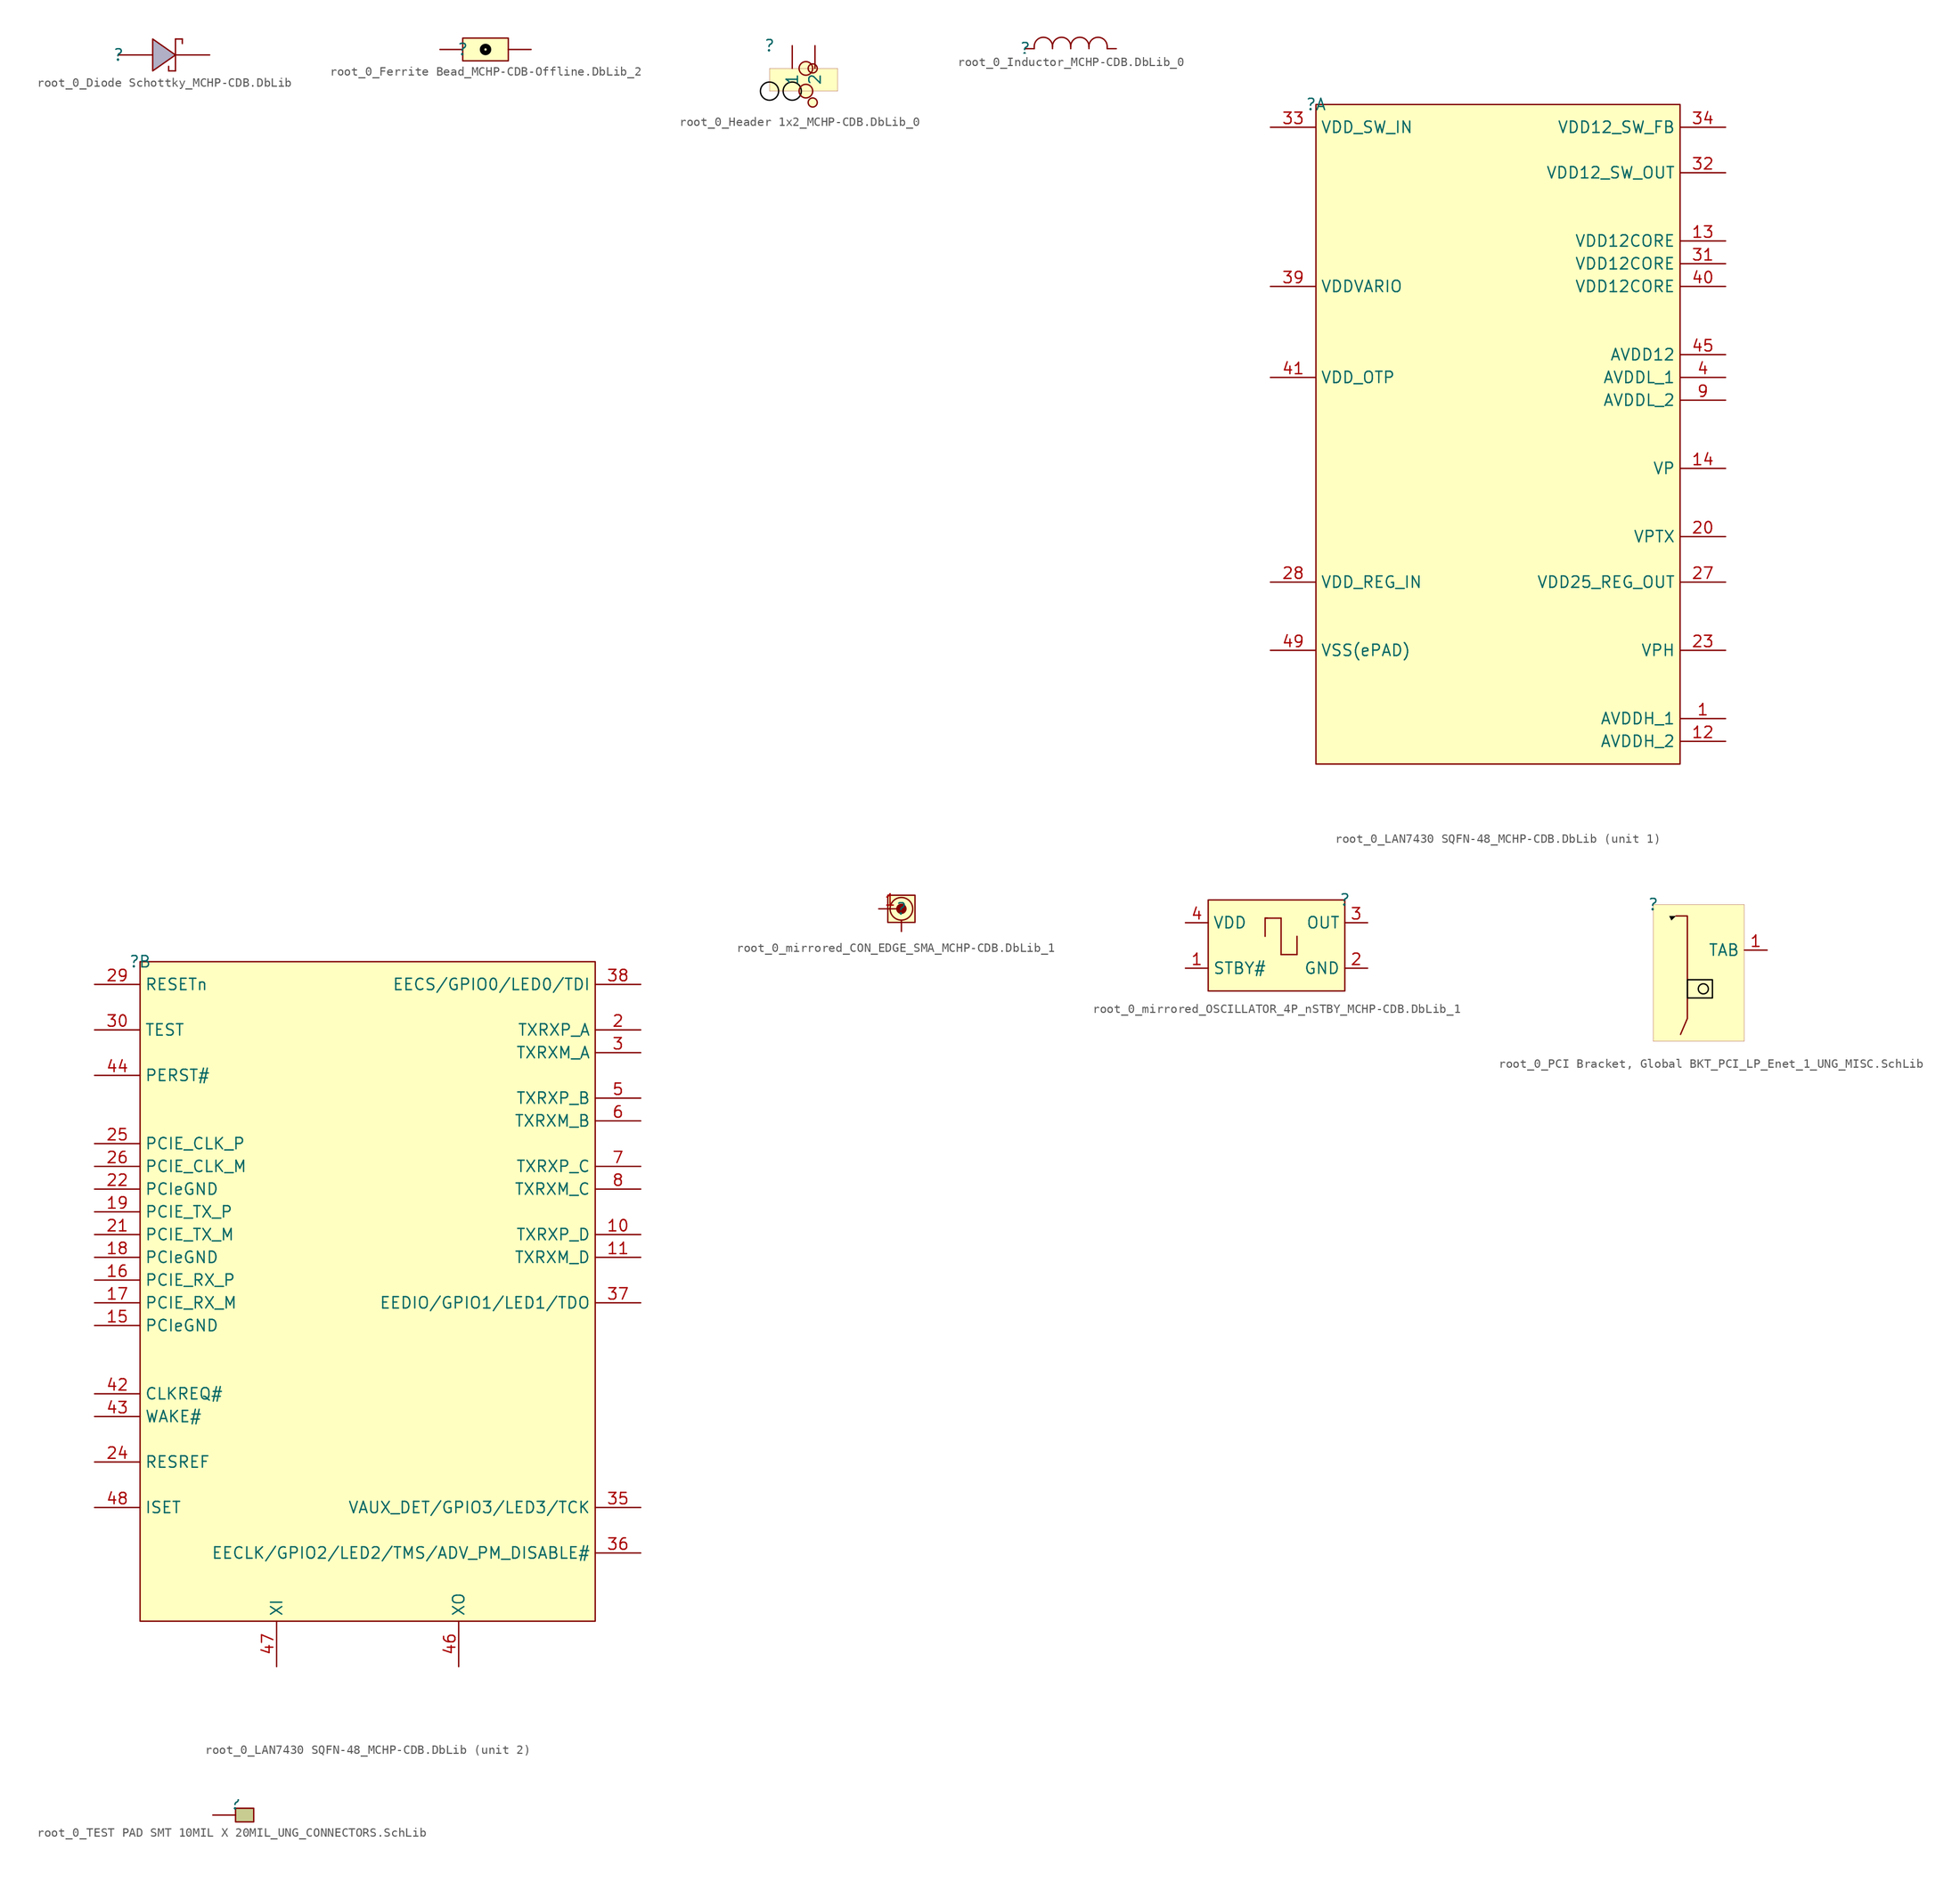
<source format=kicad_sym>
(kicad_symbol_lib
  (version 20241209)
  (generator "kicad_symbol_editor")
  (generator_version "9.0")
  (symbol "root_0_Diode Schottky_MCHP-CDB.DbLib"
    (pin_numbers
      (hide yes))
    (pin_names
      (hide yes))
    (property "Reference" ""
      (at 0 0 0)
      (effects (font (size 1.27 1.27))))
    (property "Value" ""
      (at 0 0 0)
      (effects (font (size 1.27 1.27))))
    (symbol "root_0_Diode Schottky_MCHP-CDB.DbLib_1_0"
      (polyline (pts (xy 5.588 -1.27) (xy 5.588 -1.778)) (stroke (width 0) (type solid)) (fill (type none)))
      (polyline (pts (xy 5.588 -1.778) (xy 6.35 -1.778)) (stroke (width 0) (type solid)) (fill (type none)))
      (polyline (pts (xy 6.35 1.778) (xy 6.35 -1.778)) (stroke (width 0) (type solid)) (fill (type none)))
      (polyline (pts (xy 6.35 0) (xy 3.81 -1.778) (xy 3.81 1.778) (xy 6.35 0) (xy 6.35 0)) (stroke (width 0) (type solid)) (fill (type color) (color 176 175 197 1)))
      (polyline (pts (xy 7.112 1.778) (xy 6.35 1.778)) (stroke (width 0) (type solid)) (fill (type none)))
      (polyline (pts (xy 7.112 1.778) (xy 7.112 1.27)) (stroke (width 0) (type solid)) (fill (type none)))
      (pin passive line (at 0 0 0) (length 3.81) (name "A" (effects (font (size 1.27 1.27)))) (number "1" (effects (font (size 1.27 1.27)))))
      (pin passive line (at 10.16 0 180) (length 3.81) (name "K" (effects (font (size 1.27 1.27)))) (number "2" (effects (font (size 1.27 1.27)))))))
  (symbol "root_0_Ferrite Bead_MCHP-CDB-Offline.DbLib_2"
    (pin_numbers
      (hide yes))
    (pin_names
      (hide yes))
    (property "Reference" ""
      (at 0 0 0)
      (effects (font (size 1.27 1.27))))
    (property "Value" ""
      (at 0 0 0)
      (effects (font (size 1.27 1.27))))
    (symbol "root_0_Ferrite Bead_MCHP-CDB-Offline.DbLib_2_1_0"
      (circle (center 2.54 0) (radius 0.386) (stroke (width 0.508) (type solid) (color 0 0 0 1)) (fill (type none)))
      (rectangle (start 5.08 1.27) (end 0 -1.27) (stroke (width 0) (type solid) (color 128 0 0 1)) (fill (type background)))
      (pin passive line (at -2.54 0 0) (length 2.54) (name "1" (effects (font (size 1.27 1.27)))) (number "1" (effects (font (size 1.27 1.27)))))
      (pin passive line (at 7.62 0 180) (length 2.54) (name "2" (effects (font (size 1.27 1.27)))) (number "2" (effects (font (size 1.27 1.27)))))))
  (symbol "root_0_Header 1x2_MCHP-CDB.DbLib_0"
    (pin_numbers
      (hide yes))
    (property "Reference" ""
      (at 0 0 0)
      (effects (font (size 1.27 1.27))))
    (property "Value" ""
      (at 0 0 0)
      (effects (font (size 1.27 1.27))))
    (symbol "root_0_Header 1x2_MCHP-CDB.DbLib_0_1_0"
      (circle (center 0 -5.08) (radius 1.016) (stroke (width 0) (type solid) (color 0 0 0 1)) (fill (type none)))
      (circle (center 2.54 -5.08) (radius 1.016) (stroke (width 0) (type solid) (color 0 0 0 1)) (fill (type none)))
      (circle (center 4.064 -2.54) (radius 0.762) (stroke (width 0) (type solid)) (fill (type background)))
      (circle (center 4.064 -5.08) (radius 0.762) (stroke (width 0) (type solid)) (fill (type background)))
      (circle (center 4.826 -2.54) (radius 0.508) (stroke (width 0) (type solid) (color 128 0 0 1)) (fill (type background)))
      (circle (center 4.826 -6.35) (radius 0.508) (stroke (width 0) (type solid) (color 128 0 0 1)) (fill (type background)))
      (rectangle (start 7.62 -2.54) (end 0 -5.08) (stroke (width 0.025) (type solid) (color 128 0 0 1)) (fill (type background)))
      (pin passive line (at 2.54 0 270) (length 2.54) (name "1" (effects (font (size 1.27 1.27)))) (number "1" (effects (font (size 1.27 1.27)))))
      (pin passive line (at 5.08 0 270) (length 2.54) (name "2" (effects (font (size 1.27 1.27)))) (number "2" (effects (font (size 1.27 1.27)))))))
  (symbol "root_0_Inductor_MCHP-CDB.DbLib_0"
    (pin_numbers
      (hide yes))
    (pin_names
      (hide yes))
    (property "Reference" ""
      (at 0 0 0)
      (effects (font (size 1.27 1.27))))
    (property "Value" ""
      (at 0 0 0)
      (effects (font (size 1.27 1.27))))
    (symbol "root_0_Inductor_MCHP-CDB.DbLib_0_1_0"
      (polyline (pts (xy 1.016 0) (xy 1.016 0.254)) (stroke (width 0) (type solid)) (fill (type none)))
      (arc (start 1.016 0.254) (mid 2.032 1.27) (end 3.048 0.254) (stroke (width 0) (type solid)) (fill (type none)))
      (polyline (pts (xy 3.048 0) (xy 3.048 0.254)) (stroke (width 0) (type solid)) (fill (type none)))
      (arc (start 3.048 0.254) (mid 4.064 1.27) (end 5.08 0.254) (stroke (width 0) (type solid)) (fill (type none)))
      (polyline (pts (xy 5.08 0) (xy 5.08 0.254)) (stroke (width 0) (type solid)) (fill (type none)))
      (arc (start 5.08 0.254) (mid 6.096 1.27) (end 7.112 0.254) (stroke (width 0) (type solid)) (fill (type none)))
      (polyline (pts (xy 7.112 0) (xy 7.112 0.254)) (stroke (width 0) (type solid)) (fill (type none)))
      (arc (start 7.112 0.254) (mid 8.128 1.27) (end 9.144 0.254) (stroke (width 0) (type solid)) (fill (type none)))
      (polyline (pts (xy 9.144 0) (xy 9.144 0.254)) (stroke (width 0) (type solid)) (fill (type none)))
      (pin passive line (at 0 0 0) (length 1.016) (name "S" (effects (font (size 1.27 1.27)))) (number "1" (effects (font (size 1.27 1.27)))))
      (pin passive line (at 10.16 0 180) (length 1.016) (name "F" (effects (font (size 1.27 1.27)))) (number "2" (effects (font (size 1.27 1.27)))))))
  (symbol "root_0_LAN7430 SQFN-48_MCHP-CDB.DbLib"
    (property "Reference" ""
      (at 0 0 0)
      (effects (font (size 1.27 1.27))))
    (property "Value" ""
      (at 0 0 0)
      (effects (font (size 1.27 1.27))))
    (symbol "root_0_LAN7430 SQFN-48_MCHP-CDB.DbLib_1_0"
      (rectangle (start 40.64 0) (end 0 -73.66) (stroke (width 0) (type solid) (color 128 0 0 1)) (fill (type background)))
      (pin power_in line (at -5.08 -2.54 0) (length 5.08) (name "VDD_SW_IN" (effects (font (size 1.27 1.27)))) (number "33" (effects (font (size 1.27 1.27)))))
      (pin power_in line (at -5.08 -20.32 0) (length 5.08) (name "VDDVARIO" (effects (font (size 1.27 1.27)))) (number "39" (effects (font (size 1.27 1.27)))))
      (pin power_in line (at -5.08 -30.48 0) (length 5.08) (name "VDD_OTP" (effects (font (size 1.27 1.27)))) (number "41" (effects (font (size 1.27 1.27)))))
      (pin power_in line (at -5.08 -53.34 0) (length 5.08) (name "VDD_REG_IN" (effects (font (size 1.27 1.27)))) (number "28" (effects (font (size 1.27 1.27)))))
      (pin passive line (at -5.08 -60.96 0) (length 5.08) (name "VSS(ePAD)" (effects (font (size 1.27 1.27)))) (number "49" (effects (font (size 1.27 1.27)))))
      (pin power_in line (at 45.72 -2.54 180) (length 5.08) (name "VDD12_SW_FB" (effects (font (size 1.27 1.27)))) (number "34" (effects (font (size 1.27 1.27)))))
      (pin power_in line (at 45.72 -7.62 180) (length 5.08) (name "VDD12_SW_OUT" (effects (font (size 1.27 1.27)))) (number "32" (effects (font (size 1.27 1.27)))))
      (pin power_in line (at 45.72 -15.24 180) (length 5.08) (name "VDD12CORE" (effects (font (size 1.27 1.27)))) (number "13" (effects (font (size 1.27 1.27)))))
      (pin power_in line (at 45.72 -17.78 180) (length 5.08) (name "VDD12CORE" (effects (font (size 1.27 1.27)))) (number "31" (effects (font (size 1.27 1.27)))))
      (pin power_in line (at 45.72 -20.32 180) (length 5.08) (name "VDD12CORE" (effects (font (size 1.27 1.27)))) (number "40" (effects (font (size 1.27 1.27)))))
      (pin power_in line (at 45.72 -27.94 180) (length 5.08) (name "AVDD12" (effects (font (size 1.27 1.27)))) (number "45" (effects (font (size 1.27 1.27)))))
      (pin power_in line (at 45.72 -30.48 180) (length 5.08) (name "AVDDL_1" (effects (font (size 1.27 1.27)))) (number "4" (effects (font (size 1.27 1.27)))))
      (pin power_in line (at 45.72 -33.02 180) (length 5.08) (name "AVDDL_2" (effects (font (size 1.27 1.27)))) (number "9" (effects (font (size 1.27 1.27)))))
      (pin power_in line (at 45.72 -40.64 180) (length 5.08) (name "VP" (effects (font (size 1.27 1.27)))) (number "14" (effects (font (size 1.27 1.27)))))
      (pin power_in line (at 45.72 -48.26 180) (length 5.08) (name "VPTX" (effects (font (size 1.27 1.27)))) (number "20" (effects (font (size 1.27 1.27)))))
      (pin power_in line (at 45.72 -53.34 180) (length 5.08) (name "VDD25_REG_OUT" (effects (font (size 1.27 1.27)))) (number "27" (effects (font (size 1.27 1.27)))))
      (pin power_in line (at 45.72 -60.96 180) (length 5.08) (name "VPH" (effects (font (size 1.27 1.27)))) (number "23" (effects (font (size 1.27 1.27)))))
      (pin power_in line (at 45.72 -68.58 180) (length 5.08) (name "AVDDH_1" (effects (font (size 1.27 1.27)))) (number "1" (effects (font (size 1.27 1.27)))))
      (pin power_in line (at 45.72 -71.12 180) (length 5.08) (name "AVDDH_2" (effects (font (size 1.27 1.27)))) (number "12" (effects (font (size 1.27 1.27))))))
    (symbol "root_0_LAN7430 SQFN-48_MCHP-CDB.DbLib_2_0"
      (rectangle (start 50.8 0) (end 0 -73.66) (stroke (width 0) (type solid) (color 128 0 0 1)) (fill (type background)))
      (pin input line (at -5.08 -2.54 0) (length 5.08) (name "RESETn" (effects (font (size 1.27 1.27)))) (number "29" (effects (font (size 1.27 1.27)))))
      (pin input line (at -5.08 -7.62 0) (length 5.08) (name "TEST" (effects (font (size 1.27 1.27)))) (number "30" (effects (font (size 1.27 1.27)))))
      (pin input line (at -5.08 -12.7 0) (length 5.08) (name "PERST#" (effects (font (size 1.27 1.27)))) (number "44" (effects (font (size 1.27 1.27)))))
      (pin input line (at -5.08 -20.32 0) (length 5.08) (name "PCIE_CLK_P" (effects (font (size 1.27 1.27)))) (number "25" (effects (font (size 1.27 1.27)))))
      (pin input line (at -5.08 -22.86 0) (length 5.08) (name "PCIE_CLK_M" (effects (font (size 1.27 1.27)))) (number "26" (effects (font (size 1.27 1.27)))))
      (pin power_in line (at -5.08 -25.4 0) (length 5.08) (name "PCIeGND" (effects (font (size 1.27 1.27)))) (number "22" (effects (font (size 1.27 1.27)))))
      (pin output line (at -5.08 -27.94 0) (length 5.08) (name "PCIE_TX_P" (effects (font (size 1.27 1.27)))) (number "19" (effects (font (size 1.27 1.27)))))
      (pin output line (at -5.08 -30.48 0) (length 5.08) (name "PCIE_TX_M" (effects (font (size 1.27 1.27)))) (number "21" (effects (font (size 1.27 1.27)))))
      (pin power_in line (at -5.08 -33.02 0) (length 5.08) (name "PCIeGND" (effects (font (size 1.27 1.27)))) (number "18" (effects (font (size 1.27 1.27)))))
      (pin input line (at -5.08 -35.56 0) (length 5.08) (name "PCIE_RX_P" (effects (font (size 1.27 1.27)))) (number "16" (effects (font (size 1.27 1.27)))))
      (pin input line (at -5.08 -38.1 0) (length 5.08) (name "PCIE_RX_M" (effects (font (size 1.27 1.27)))) (number "17" (effects (font (size 1.27 1.27)))))
      (pin power_in line (at -5.08 -40.64 0) (length 5.08) (name "PCIeGND" (effects (font (size 1.27 1.27)))) (number "15" (effects (font (size 1.27 1.27)))))
      (pin bidirectional line (at -5.08 -48.26 0) (length 5.08) (name "CLKREQ#" (effects (font (size 1.27 1.27)))) (number "42" (effects (font (size 1.27 1.27)))))
      (pin bidirectional line (at -5.08 -50.8 0) (length 5.08) (name "WAKE#" (effects (font (size 1.27 1.27)))) (number "43" (effects (font (size 1.27 1.27)))))
      (pin passive line (at -5.08 -55.88 0) (length 5.08) (name "RESREF" (effects (font (size 1.27 1.27)))) (number "24" (effects (font (size 1.27 1.27)))))
      (pin passive line (at -5.08 -60.96 0) (length 5.08) (name "ISET" (effects (font (size 1.27 1.27)))) (number "48" (effects (font (size 1.27 1.27)))))
      (pin passive line (at 15.24 -78.74 90) (length 5.08) (name "XI" (effects (font (size 1.27 1.27)))) (number "47" (effects (font (size 1.27 1.27)))))
      (pin passive line (at 35.56 -78.74 90) (length 5.08) (name "XO" (effects (font (size 1.27 1.27)))) (number "46" (effects (font (size 1.27 1.27)))))
      (pin bidirectional line (at 55.88 -2.54 180) (length 5.08) (name "EECS/GPIO0/LED0/TDI" (effects (font (size 1.27 1.27)))) (number "38" (effects (font (size 1.27 1.27)))))
      (pin bidirectional line (at 55.88 -7.62 180) (length 5.08) (name "TXRXP_A" (effects (font (size 1.27 1.27)))) (number "2" (effects (font (size 1.27 1.27)))))
      (pin bidirectional line (at 55.88 -10.16 180) (length 5.08) (name "TXRXM_A" (effects (font (size 1.27 1.27)))) (number "3" (effects (font (size 1.27 1.27)))))
      (pin bidirectional line (at 55.88 -15.24 180) (length 5.08) (name "TXRXP_B" (effects (font (size 1.27 1.27)))) (number "5" (effects (font (size 1.27 1.27)))))
      (pin bidirectional line (at 55.88 -17.78 180) (length 5.08) (name "TXRXM_B" (effects (font (size 1.27 1.27)))) (number "6" (effects (font (size 1.27 1.27)))))
      (pin bidirectional line (at 55.88 -22.86 180) (length 5.08) (name "TXRXP_C" (effects (font (size 1.27 1.27)))) (number "7" (effects (font (size 1.27 1.27)))))
      (pin bidirectional line (at 55.88 -25.4 180) (length 5.08) (name "TXRXM_C" (effects (font (size 1.27 1.27)))) (number "8" (effects (font (size 1.27 1.27)))))
      (pin bidirectional line (at 55.88 -30.48 180) (length 5.08) (name "TXRXP_D" (effects (font (size 1.27 1.27)))) (number "10" (effects (font (size 1.27 1.27)))))
      (pin bidirectional line (at 55.88 -33.02 180) (length 5.08) (name "TXRXM_D" (effects (font (size 1.27 1.27)))) (number "11" (effects (font (size 1.27 1.27)))))
      (pin bidirectional line (at 55.88 -38.1 180) (length 5.08) (name "EEDIO/GPIO1/LED1/TDO" (effects (font (size 1.27 1.27)))) (number "37" (effects (font (size 1.27 1.27)))))
      (pin passive line (at 55.88 -60.96 180) (length 5.08) (name "VAUX_DET/GPIO3/LED3/TCK" (effects (font (size 1.27 1.27)))) (number "35" (effects (font (size 1.27 1.27)))))
      (pin bidirectional line (at 55.88 -66.04 180) (length 5.08) (name "EECLK/GPIO2/LED2/TMS/ADV_PM_DISABLE#" (effects (font (size 1.27 1.27)))) (number "36" (effects (font (size 1.27 1.27)))))))
  (symbol "root_0_mirrored_CON_EDGE_SMA_MCHP-CDB.DbLib_1"
    (pin_names
      (hide yes))
    (property "Reference" ""
      (at 0 0 0)
      (effects (font (size 1.27 1.27))))
    (property "Value" ""
      (at 0 0 0)
      (effects (font (size 1.27 1.27))))
    (symbol "root_0_mirrored_CON_EDGE_SMA_MCHP-CDB.DbLib_1_1_0"
      (circle (center 0 0) (radius 0.098) (stroke (width 0) (type solid) (color 128 0 0 1)) (fill (type outline)))
      (circle (center 0 0) (radius 0.508) (stroke (width 0) (type solid)) (fill (type outline)))
      (circle (center 0 0) (radius 1.27) (stroke (width 0) (type solid) (color 128 0 0 1)) (fill (type none)))
      (rectangle (start 1.524 1.524) (end -1.524 -1.524) (stroke (width 0) (type solid) (color 128 0 0 1)) (fill (type background)))
      (pin passive line (at -2.54 0 0) (length 2.54) (name "1" (effects (font (size 1.27 1.27)))) (number "1" (effects (font (size 1.27 1.27)))))
      (pin passive line (at 0 -2.54 90) (length 1.27) (name "2" (effects (font (size 1.27 1.27)))) (number "2" (effects (font (size 0 0)))))))
  (symbol "root_0_mirrored_OSCILLATOR_4P_nSTBY_MCHP-CDB.DbLib_1"
    (property "Reference" ""
      (at 0 0 0)
      (effects (font (size 1.27 1.27))))
    (property "Value" ""
      (at 0 0 0)
      (effects (font (size 1.27 1.27))))
    (symbol "root_0_mirrored_OSCILLATOR_4P_nSTBY_MCHP-CDB.DbLib_1_1_0"
      (polyline (pts (xy -8.89 -2.032) (xy -8.89 -4.064)) (stroke (width 0) (type solid)) (fill (type none)))
      (polyline (pts (xy -8.89 -2.032) (xy -8.636 -2.032)) (stroke (width 0) (type solid)) (fill (type none)))
      (polyline (pts (xy -7.112 -2.032) (xy -8.89 -2.032)) (stroke (width 0) (type solid)) (fill (type none)))
      (polyline (pts (xy -7.112 -2.032) (xy -7.112 -6.096)) (stroke (width 0) (type solid)) (fill (type none)))
      (polyline (pts (xy -5.334 -6.096) (xy -7.112 -6.096)) (stroke (width 0) (type solid)) (fill (type none)))
      (polyline (pts (xy -5.334 -6.096) (xy -5.334 -4.064)) (stroke (width 0) (type solid)) (fill (type none)))
      (rectangle (start 0 0) (end -15.24 -10.16) (stroke (width 0) (type solid) (color 128 0 0 1)) (fill (type background)))
      (pin passive line (at -17.78 -2.54 0) (length 2.54) (name "VDD" (effects (font (size 1.27 1.27)))) (number "4" (effects (font (size 1.27 1.27)))))
      (pin passive line (at -17.78 -7.62 0) (length 2.54) (name "STBY#" (effects (font (size 1.27 1.27)))) (number "1" (effects (font (size 1.27 1.27)))))
      (pin passive line (at 2.54 -2.54 180) (length 2.54) (name "OUT" (effects (font (size 1.27 1.27)))) (number "3" (effects (font (size 1.27 1.27)))))
      (pin passive line (at 2.54 -7.62 180) (length 2.54) (name "GND" (effects (font (size 1.27 1.27)))) (number "2" (effects (font (size 1.27 1.27)))))))
  (symbol "root_0_PCI Bracket, Global BKT_PCI_LP_Enet_1_UNG_MISC.SchLib"
    (property "Reference" ""
      (at 0 0 0)
      (effects (font (size 1.27 1.27))))
    (property "Value" ""
      (at 0 0 0)
      (effects (font (size 1.27 1.27))))
    (symbol "root_0_PCI Bracket, Global BKT_PCI_LP_Enet_1_UNG_MISC.SchLib_1_0"
      (polyline (pts (xy 1.778 -1.27) (xy 2.032 -1.778) (xy 2.54 -1.27) (xy 1.778 -1.27)) (stroke (width -0.0001) (type solid) (color 0 0 0 1)) (fill (type outline)))
      (polyline (pts (xy 2.54 -1.27) (xy 3.81 -1.27) (xy 3.81 -12.7) (xy 3.048 -14.478)) (stroke (width 0) (type solid)) (fill (type none)))
      (circle (center 5.588 -9.398) (radius 0.562) (stroke (width 0) (type solid) (color 0 0 0 1)) (fill (type none)))
      (rectangle (start 6.604 -8.382) (end 3.81 -10.414) (stroke (width 0) (type solid) (color 0 0 0 1)) (fill (type background)))
      (rectangle (start 10.16 0) (end 0 -15.24) (stroke (width 0.025) (type solid) (color 128 0 0 1)) (fill (type background)))
      (pin power_in line (at 12.7 -5.08 180) (length 2.54) (name "TAB" (effects (font (size 1.27 1.27)))) (number "1" (effects (font (size 1.27 1.27)))))))
  (symbol "root_0_TEST PAD SMT 10MIL X 20MIL_UNG_CONNECTORS.SchLib"
    (pin_numbers
      (hide yes))
    (pin_names
      (hide yes))
    (property "Reference" ""
      (at 0 0 0)
      (effects (font (size 1.27 1.27))))
    (property "Value" ""
      (at 0 0 0)
      (effects (font (size 1.27 1.27))))
    (symbol "root_0_TEST PAD SMT 10MIL X 20MIL_UNG_CONNECTORS.SchLib_1_0"
      (rectangle (start 0 -0.508) (end 2.032 -2.032) (stroke (width 0) (type solid)) (fill (type color) (color 200 204 145 1)))
      (pin passive line (at -2.54 -1.27 0) (length 2.54) (name "P1" (effects (font (size 1.27 1.27)))) (number "1" (effects (font (size 1.27 1.27))))))))
</source>
